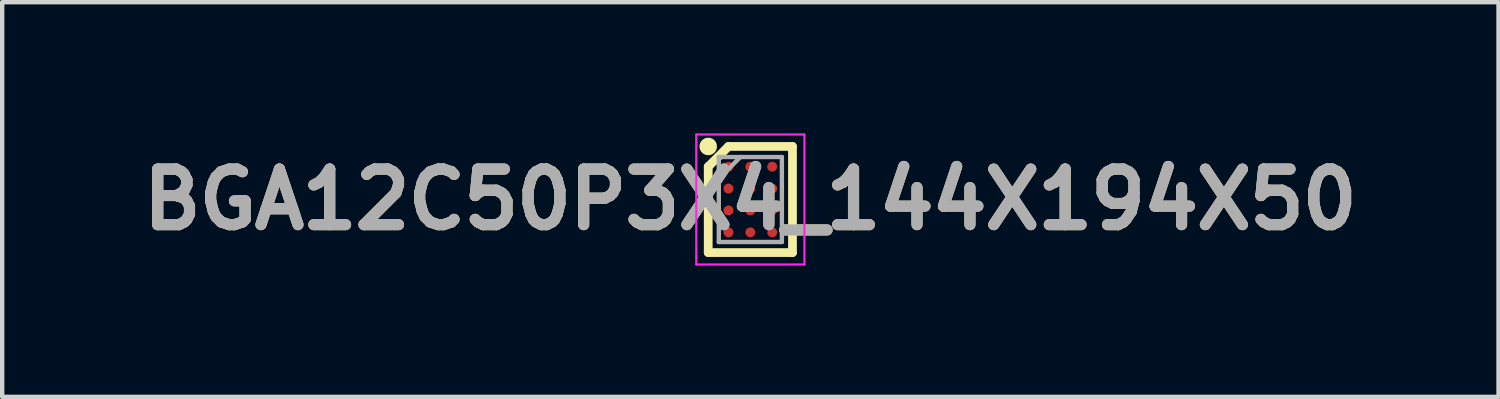
<source format=kicad_pcb>
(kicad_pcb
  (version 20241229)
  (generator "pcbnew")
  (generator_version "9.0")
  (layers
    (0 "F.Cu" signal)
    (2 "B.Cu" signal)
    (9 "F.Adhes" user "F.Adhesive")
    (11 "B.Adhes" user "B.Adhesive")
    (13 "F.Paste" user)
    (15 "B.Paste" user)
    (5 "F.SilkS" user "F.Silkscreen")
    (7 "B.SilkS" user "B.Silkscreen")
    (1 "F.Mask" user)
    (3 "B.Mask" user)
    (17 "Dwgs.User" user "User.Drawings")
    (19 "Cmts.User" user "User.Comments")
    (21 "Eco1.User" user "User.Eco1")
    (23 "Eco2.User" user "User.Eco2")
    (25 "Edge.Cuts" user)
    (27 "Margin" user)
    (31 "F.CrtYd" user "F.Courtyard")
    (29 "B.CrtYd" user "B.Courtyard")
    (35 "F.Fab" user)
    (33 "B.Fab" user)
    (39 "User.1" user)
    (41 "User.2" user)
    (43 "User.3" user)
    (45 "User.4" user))
  (footprint "BGA12C50P3X4_144X194X50"
    (layer "F.Cu")
    (at 14.103 1.511)
    (property "Reference" "BGA12C50P3X4_144X194X50" (at 0 0 0) (layer "F.SilkS") (effects (font (size 1.27 1.27) (thickness 0.254))))
    (attr smd)
    (fp_line (start -0.963 -0.75) (end -0.5 -1.213) (stroke (width 0.2) (type solid)) (layer "F.SilkS"))
    (fp_line (start -0.963 1.213) (end -0.963 -0.75) (stroke (width 0.2) (type solid)) (layer "F.SilkS"))
    (fp_line (start -0.5 -1.213) (end 0.963 -1.213) (stroke (width 0.2) (type solid)) (layer "F.SilkS"))
    (fp_line (start 0.963 -1.213) (end 0.963 1.213) (stroke (width 0.2) (type solid)) (layer "F.SilkS"))
    (fp_line (start 0.963 1.213) (end -0.963 1.213) (stroke (width 0.2) (type solid)) (layer "F.SilkS"))
    (fp_circle (center -0.963 -1.213) (end -0.963 -1.113) (stroke (width 0.2) (type solid)) (fill no) (layer "F.SilkS"))
    (fp_line (start -1.236 -1.486) (end 1.236 -1.486) (stroke (width 0.05) (type solid)) (layer "F.CrtYd"))
    (fp_line (start -1.236 1.486) (end -1.236 -1.486) (stroke (width 0.05) (type solid)) (layer "F.CrtYd"))
    (fp_line (start 1.236 -1.486) (end 1.236 1.486) (stroke (width 0.05) (type solid)) (layer "F.CrtYd"))
    (fp_line (start 1.236 1.486) (end -1.236 1.486) (stroke (width 0.05) (type solid)) (layer "F.CrtYd"))
    (fp_line (start -0.721 -0.971) (end 0.721 -0.971) (stroke (width 0.1) (type solid)) (layer "F.Fab"))
    (fp_line (start -0.721 -0.478) (end -0.228 -0.971) (stroke (width 0.1) (type solid)) (layer "F.Fab"))
    (fp_line (start -0.721 0.971) (end -0.721 -0.971) (stroke (width 0.1) (type solid)) (layer "F.Fab"))
    (fp_line (start 0.721 -0.971) (end 0.721 0.971) (stroke (width 0.1) (type solid)) (layer "F.Fab"))
    (fp_line (start 0.721 0.971) (end -0.721 0.971) (stroke (width 0.1) (type solid)) (layer "F.Fab"))
    (fp_text user "${REFERENCE}" (at 0 0 0) (layer "F.Fab") (effects (font (size 1.27 1.27) (thickness 0.254))))
    (pad "A1" smd circle (at -0.5 -0.75 90) (size 0.226 0.226) (layers "F.Cu" "F.Mask" "F.Paste"))
    (pad "A2" smd circle (at 0 -0.75 90) (size 0.226 0.226) (layers "F.Cu" "F.Mask" "F.Paste"))
    (pad "A3" smd circle (at 0.5 -0.75 90) (size 0.226 0.226) (layers "F.Cu" "F.Mask" "F.Paste"))
    (pad "B1" smd circle (at -0.5 -0.25 90) (size 0.226 0.226) (layers "F.Cu" "F.Mask" "F.Paste"))
    (pad "B2" smd circle (at 0 -0.25 90) (size 0.226 0.226) (layers "F.Cu" "F.Mask" "F.Paste"))
    (pad "B3" smd circle (at 0.5 -0.25 90) (size 0.226 0.226) (layers "F.Cu" "F.Mask" "F.Paste"))
    (pad "C1" smd circle (at -0.5 0.25 90) (size 0.226 0.226) (layers "F.Cu" "F.Mask" "F.Paste"))
    (pad "C2" smd circle (at 0 0.25 90) (size 0.226 0.226) (layers "F.Cu" "F.Mask" "F.Paste"))
    (pad "C3" smd circle (at 0.5 0.25 90) (size 0.226 0.226) (layers "F.Cu" "F.Mask" "F.Paste"))
    (pad "D1" smd circle (at -0.5 0.75 90) (size 0.226 0.226) (layers "F.Cu" "F.Mask" "F.Paste"))
    (pad "D2" smd circle (at 0 0.75 90) (size 0.226 0.226) (layers "F.Cu" "F.Mask" "F.Paste"))
    (pad "D3" smd circle (at 0.5 0.75 90) (size 0.226 0.226) (layers "F.Cu" "F.Mask" "F.Paste")))
  (gr_rect
    (start -3 -3)
    (end 31.206 6.022)
    (stroke (width 0.1) (type default))
    (fill no)
    (layer "Edge.Cuts")))
</source>
